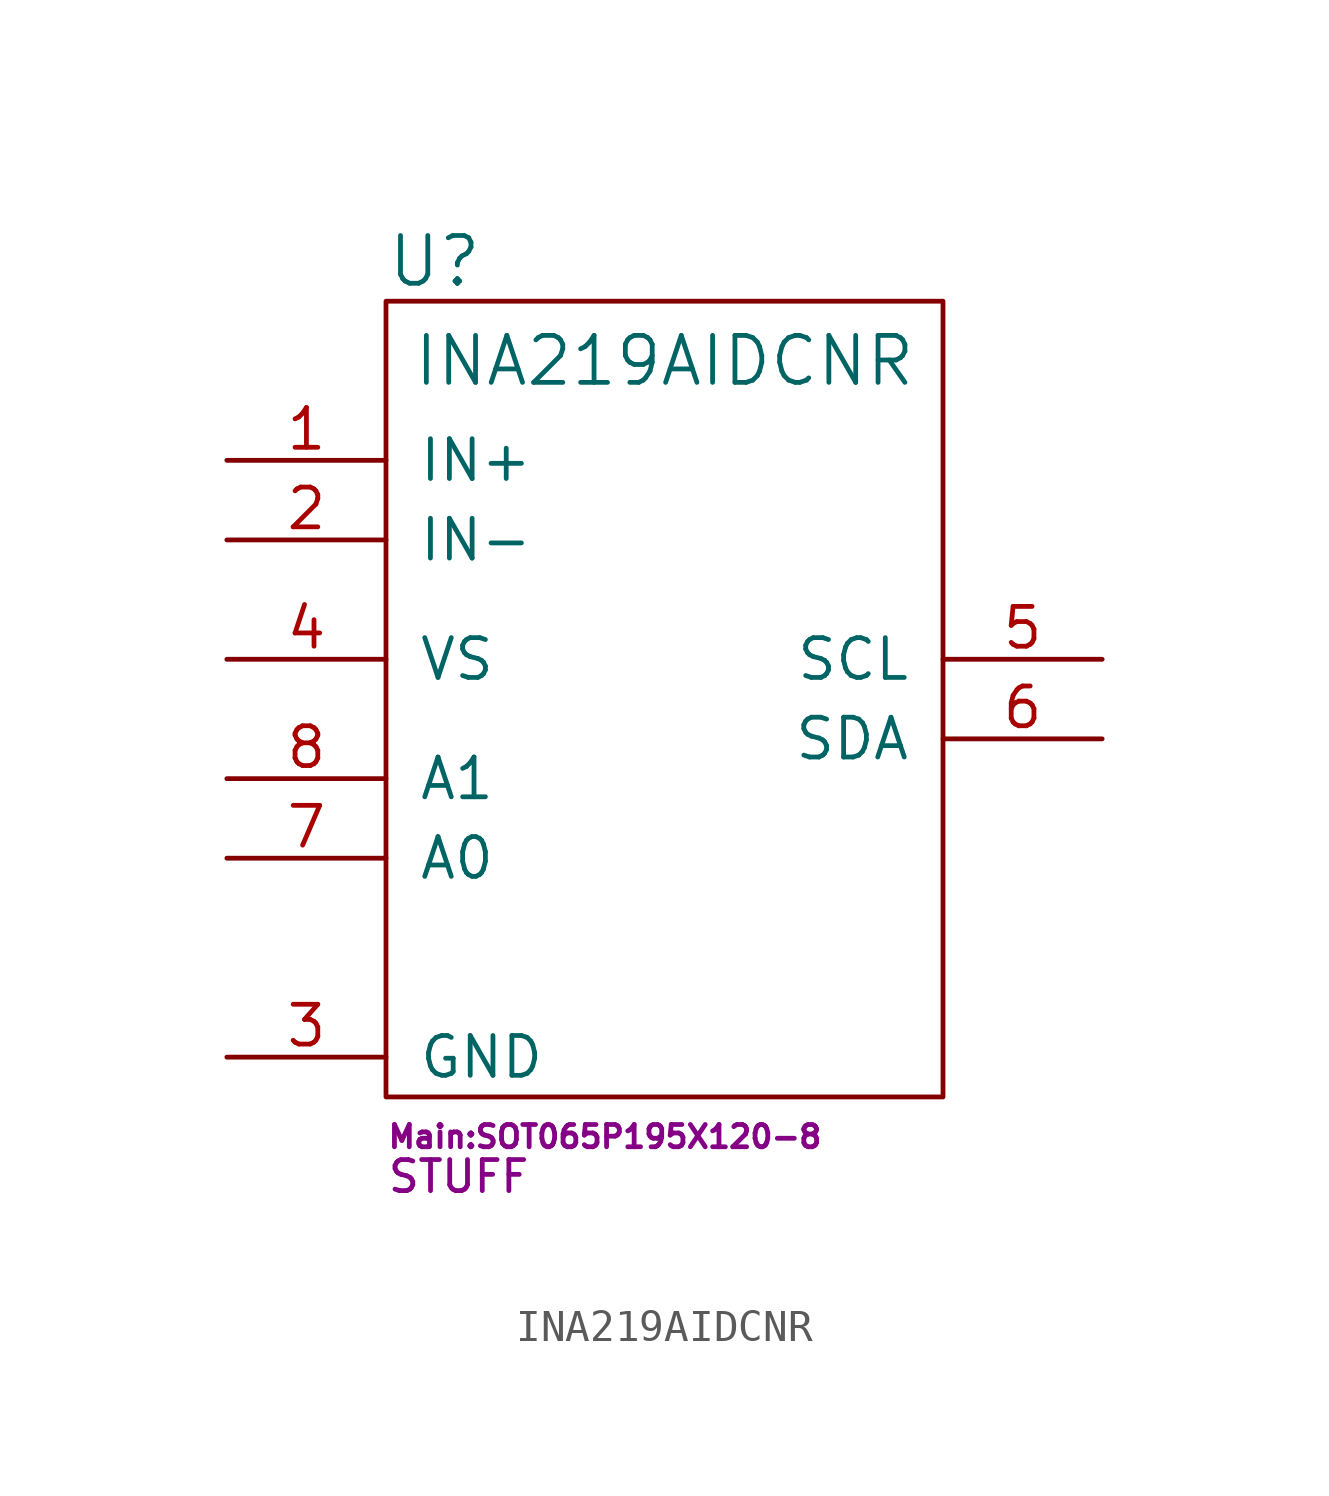
<source format=kicad_sym>
(kicad_symbol_lib
  (version 20231120)
  (generator "kicad_symbol_editor")
  (generator_version "8.0")
  (symbol "INA219AIDCNR"
    (pin_names
      (offset 1.016))
    (property "Reference" "U"
      (at -8.89 13.97 0)
      (effects (font (size 1.524 1.524)) (justify left)))
    (property "Value" "INA219AIDCNR"
      (at 0 10.795 0)
      (effects (font (size 1.499 1.499))))
    (property "Footprint" "Main:SOT065P195X120-8"
      (at -8.89 -13.97 0)
      (effects (font (size 0.711 0.711)) (justify left)))
    (property "Datasheet" ""
      (at -5.08 11.43 0)
      (effects (font (size 1.524 1.524))))
    (property "SKU" "STUFF"
      (at -8.89 -15.24 0)
      (effects (font (size 0.991 0.991)) (justify left)))
    (symbol "INA219AIDCNR_0_1"
      (rectangle (start 8.89 12.7) (end -8.89 -12.7) (stroke (width 0) (type default)) (fill (type none))))
    (symbol "INA219AIDCNR_1_1"
      (pin input line (at -13.97 7.62 0) (length 5.08) (name "IN+" (effects (font (size 1.27 1.27)))) (number "1" (effects (font (size 1.27 1.27)))))
      (pin input line (at -13.97 5.08 0) (length 5.08) (name "IN-" (effects (font (size 1.27 1.27)))) (number "2" (effects (font (size 1.27 1.27)))))
      (pin power_in line (at -13.97 -11.43 0) (length 5.08) (name "GND" (effects (font (size 1.27 1.27)))) (number "3" (effects (font (size 1.27 1.27)))))
      (pin power_in line (at -13.97 1.27 0) (length 5.08) (name "VS" (effects (font (size 1.27 1.27)))) (number "4" (effects (font (size 1.27 1.27)))))
      (pin input line (at 13.97 1.27 180) (length 5.08) (name "SCL" (effects (font (size 1.27 1.27)))) (number "5" (effects (font (size 1.27 1.27)))))
      (pin bidirectional line (at 13.97 -1.27 180) (length 5.08) (name "SDA" (effects (font (size 1.27 1.27)))) (number "6" (effects (font (size 1.27 1.27)))))
      (pin input line (at -13.97 -5.08 0) (length 5.08) (name "A0" (effects (font (size 1.27 1.27)))) (number "7" (effects (font (size 1.27 1.27)))))
      (pin input line (at -13.97 -2.54 0) (length 5.08) (name "A1" (effects (font (size 1.27 1.27)))) (number "8" (effects (font (size 1.27 1.27))))))))
</source>
